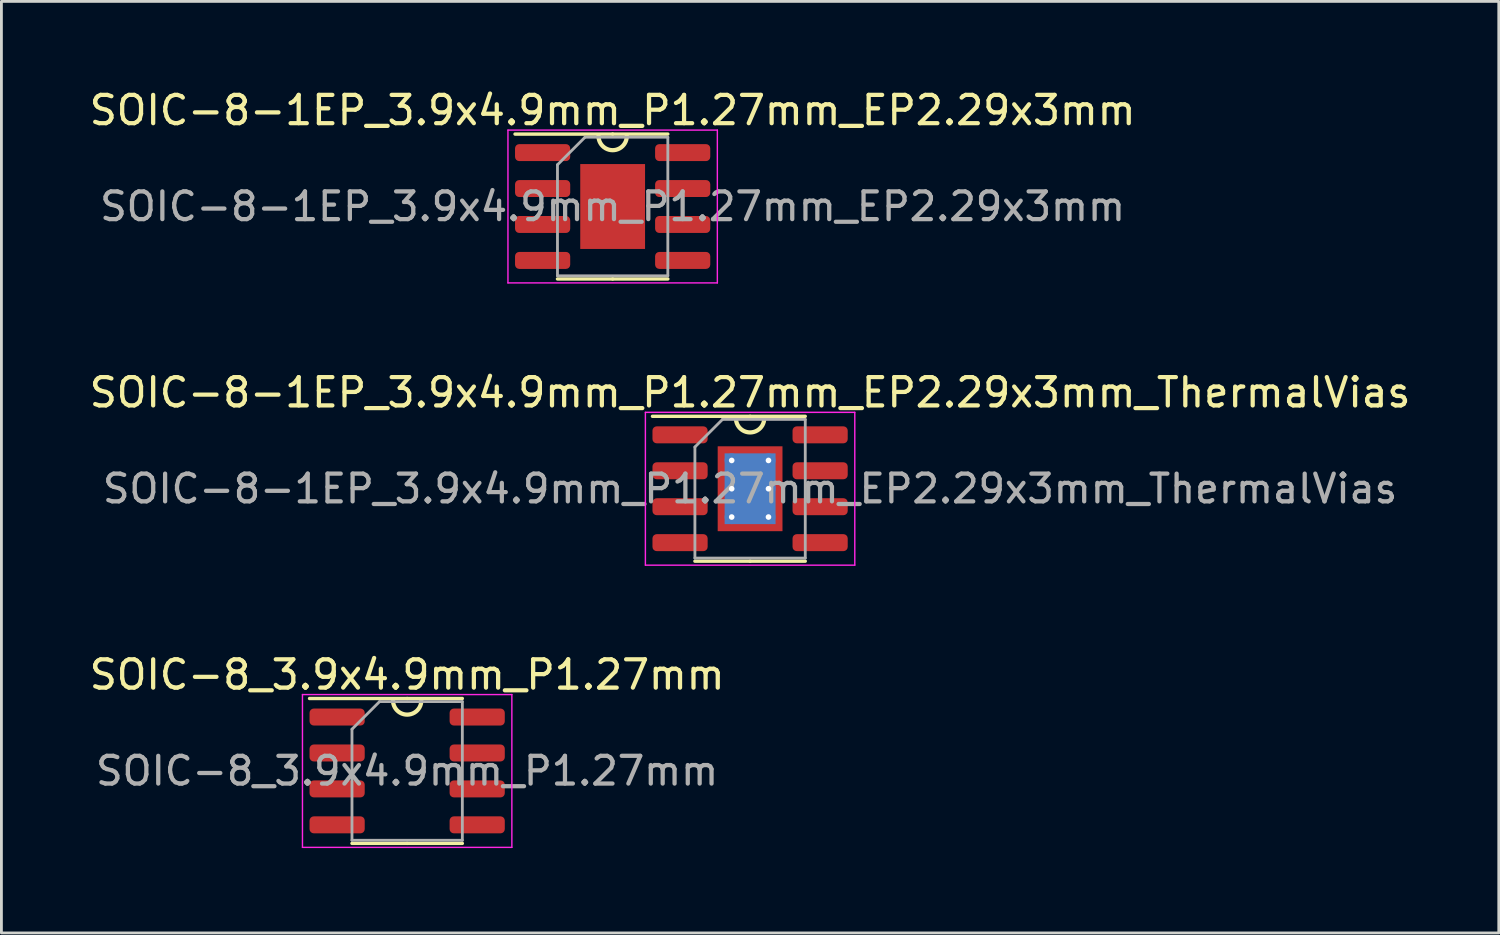
<source format=kicad_pcb>
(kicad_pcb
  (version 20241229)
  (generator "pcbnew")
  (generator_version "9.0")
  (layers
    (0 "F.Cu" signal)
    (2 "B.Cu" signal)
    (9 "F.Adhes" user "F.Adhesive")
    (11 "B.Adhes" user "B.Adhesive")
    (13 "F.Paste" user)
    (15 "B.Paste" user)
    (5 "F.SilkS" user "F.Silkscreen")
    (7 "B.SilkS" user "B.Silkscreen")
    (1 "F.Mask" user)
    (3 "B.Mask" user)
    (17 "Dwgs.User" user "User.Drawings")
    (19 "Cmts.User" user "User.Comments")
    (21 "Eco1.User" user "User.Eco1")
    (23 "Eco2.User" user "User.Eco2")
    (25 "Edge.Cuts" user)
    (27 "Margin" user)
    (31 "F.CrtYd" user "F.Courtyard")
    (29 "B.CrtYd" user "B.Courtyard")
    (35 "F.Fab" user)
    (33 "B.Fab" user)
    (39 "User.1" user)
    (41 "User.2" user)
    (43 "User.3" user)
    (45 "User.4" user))
  (footprint "SOIC-8-1EP_3.9x4.9mm_P1.27mm_EP2.29x3mm_ThermalVias"
    (layer "F.Cu")
    (at 23.458 14.222)
    (property "Reference" "SOIC-8-1EP_3.9x4.9mm_P1.27mm_EP2.29x3mm_ThermalVias" (at 0 -3.4 0) (layer "F.SilkS") (effects (font (size 1 1) (thickness 0.15))))
    (attr smd)
    (fp_line (start 0 -2.56) (end -3.45 -2.56) (stroke (width 0.12) (type solid)) (layer "F.SilkS"))
    (fp_line (start 0 -2.56) (end 1.95 -2.56) (stroke (width 0.12) (type solid)) (layer "F.SilkS"))
    (fp_line (start 0 2.56) (end -1.95 2.56) (stroke (width 0.12) (type solid)) (layer "F.SilkS"))
    (fp_line (start 0 2.56) (end 1.95 2.56) (stroke (width 0.12) (type solid)) (layer "F.SilkS"))
    (fp_arc (start 0.5 -2.5) (mid 0 -1.992253) (end -0.5 -2.5) (stroke (width 0.15) (type default)) (layer "F.SilkS"))
    (fp_line (start -3.7 -2.7) (end -3.7 2.7) (stroke (width 0.05) (type solid)) (layer "F.CrtYd"))
    (fp_line (start -3.7 2.7) (end 3.7 2.7) (stroke (width 0.05) (type solid)) (layer "F.CrtYd"))
    (fp_line (start 3.7 -2.7) (end -3.7 -2.7) (stroke (width 0.05) (type solid)) (layer "F.CrtYd"))
    (fp_line (start 3.7 2.7) (end 3.7 -2.7) (stroke (width 0.05) (type solid)) (layer "F.CrtYd"))
    (fp_line (start -1.95 -1.475) (end -0.975 -2.45) (stroke (width 0.1) (type solid)) (layer "F.Fab"))
    (fp_line (start -1.95 2.45) (end -1.95 -1.475) (stroke (width 0.1) (type solid)) (layer "F.Fab"))
    (fp_line (start -0.975 -2.45) (end 1.95 -2.45) (stroke (width 0.1) (type solid)) (layer "F.Fab"))
    (fp_line (start 1.95 -2.45) (end 1.95 2.45) (stroke (width 0.1) (type solid)) (layer "F.Fab"))
    (fp_line (start 1.95 2.45) (end -1.95 2.45) (stroke (width 0.1) (type solid)) (layer "F.Fab"))
    (fp_text user "${REFERENCE}" (at 0 0 0) (layer "F.Fab") (effects (font (size 0.98 0.98) (thickness 0.15))))
    (pad "" smd roundrect (at -0.57 -0.75) (size 0.96 1.25) (layers "F.Paste") (roundrect_rratio 0.25))
    (pad "" smd roundrect (at -0.57 0.75) (size 0.96 1.25) (layers "F.Paste") (roundrect_rratio 0.25))
    (pad "" smd roundrect (at 0.57 -0.75) (size 0.96 1.25) (layers "F.Paste") (roundrect_rratio 0.25))
    (pad "" smd roundrect (at 0.57 0.75) (size 0.96 1.25) (layers "F.Paste") (roundrect_rratio 0.25))
    (pad "1" smd roundrect (at -2.475 -1.905) (size 1.95 0.6) (layers "F.Cu" "F.Mask" "F.Paste") (roundrect_rratio 0.25))
    (pad "2" smd roundrect (at -2.475 -0.635) (size 1.95 0.6) (layers "F.Cu" "F.Mask" "F.Paste") (roundrect_rratio 0.25))
    (pad "3" smd roundrect (at -2.475 0.635) (size 1.95 0.6) (layers "F.Cu" "F.Mask" "F.Paste") (roundrect_rratio 0.25))
    (pad "4" smd roundrect (at -2.475 1.905) (size 1.95 0.6) (layers "F.Cu" "F.Mask" "F.Paste") (roundrect_rratio 0.25))
    (pad "5" smd roundrect (at 2.475 1.905) (size 1.95 0.6) (layers "F.Cu" "F.Mask" "F.Paste") (roundrect_rratio 0.25))
    (pad "6" smd roundrect (at 2.475 0.635) (size 1.95 0.6) (layers "F.Cu" "F.Mask" "F.Paste") (roundrect_rratio 0.25))
    (pad "7" smd roundrect (at 2.475 -0.635) (size 1.95 0.6) (layers "F.Cu" "F.Mask" "F.Paste") (roundrect_rratio 0.25))
    (pad "8" smd roundrect (at 2.475 -1.905) (size 1.95 0.6) (layers "F.Cu" "F.Mask" "F.Paste") (roundrect_rratio 0.25))
    (pad "9" thru_hole circle (at -0.65 -1) (size 0.5 0.5) (drill 0.2) (layers "*.Cu"))
    (pad "9" thru_hole circle (at -0.65 0) (size 0.5 0.5) (drill 0.2) (layers "*.Cu"))
    (pad "9" thru_hole circle (at -0.65 1) (size 0.5 0.5) (drill 0.2) (layers "*.Cu"))
    (pad "9" smd rect (at 0 0) (size 1.8 2.5) (layers "B.Cu"))
    (pad "9" smd rect (at 0 0) (size 2.29 3) (layers "F.Cu" "F.Mask"))
    (pad "9" thru_hole circle (at 0.65 -1) (size 0.5 0.5) (drill 0.2) (layers "*.Cu"))
    (pad "9" thru_hole circle (at 0.65 0) (size 0.5 0.5) (drill 0.2) (layers "*.Cu"))
    (pad "9" thru_hole circle (at 0.65 1) (size 0.5 0.5) (drill 0.2) (layers "*.Cu")))
  (footprint "SOIC-8-1EP_3.9x4.9mm_P1.27mm_EP2.29x3mm"
    (layer "F.Cu")
    (at 18.601 4.248)
    (property "Reference" "SOIC-8-1EP_3.9x4.9mm_P1.27mm_EP2.29x3mm" (at 0 -3.4 0) (layer "F.SilkS") (effects (font (size 1 1) (thickness 0.15))))
    (attr smd)
    (fp_line (start 0 -2.56) (end -3.45 -2.56) (stroke (width 0.12) (type solid)) (layer "F.SilkS"))
    (fp_line (start 0 -2.56) (end 1.95 -2.56) (stroke (width 0.12) (type solid)) (layer "F.SilkS"))
    (fp_line (start 0 2.56) (end -1.95 2.56) (stroke (width 0.12) (type solid)) (layer "F.SilkS"))
    (fp_line (start 0 2.56) (end 1.95 2.56) (stroke (width 0.12) (type solid)) (layer "F.SilkS"))
    (fp_arc (start 0.5 -2.5) (mid 0 -1.992253) (end -0.5 -2.5) (stroke (width 0.15) (type default)) (layer "F.SilkS"))
    (fp_line (start -3.7 -2.7) (end -3.7 2.7) (stroke (width 0.05) (type solid)) (layer "F.CrtYd"))
    (fp_line (start -3.7 2.7) (end 3.7 2.7) (stroke (width 0.05) (type solid)) (layer "F.CrtYd"))
    (fp_line (start 3.7 -2.7) (end -3.7 -2.7) (stroke (width 0.05) (type solid)) (layer "F.CrtYd"))
    (fp_line (start 3.7 2.7) (end 3.7 -2.7) (stroke (width 0.05) (type solid)) (layer "F.CrtYd"))
    (fp_line (start -1.95 -1.475) (end -0.975 -2.45) (stroke (width 0.1) (type solid)) (layer "F.Fab"))
    (fp_line (start -1.95 2.45) (end -1.95 -1.475) (stroke (width 0.1) (type solid)) (layer "F.Fab"))
    (fp_line (start -0.975 -2.45) (end 1.95 -2.45) (stroke (width 0.1) (type solid)) (layer "F.Fab"))
    (fp_line (start 1.95 -2.45) (end 1.95 2.45) (stroke (width 0.1) (type solid)) (layer "F.Fab"))
    (fp_line (start 1.95 2.45) (end -1.95 2.45) (stroke (width 0.1) (type solid)) (layer "F.Fab"))
    (fp_text user "${REFERENCE}" (at 0 0 0) (layer "F.Fab") (effects (font (size 0.98 0.98) (thickness 0.15))))
    (pad "" smd roundrect (at -0.57 -0.75) (size 0.92 1.21) (layers "F.Paste") (roundrect_rratio 0.25))
    (pad "" smd roundrect (at -0.57 0.75) (size 0.92 1.21) (layers "F.Paste") (roundrect_rratio 0.25))
    (pad "" smd roundrect (at 0.57 -0.75) (size 0.92 1.21) (layers "F.Paste") (roundrect_rratio 0.25))
    (pad "" smd roundrect (at 0.57 0.75) (size 0.92 1.21) (layers "F.Paste") (roundrect_rratio 0.25))
    (pad "1" smd roundrect (at -2.475 -1.905) (size 1.95 0.6) (layers "F.Cu" "F.Mask" "F.Paste") (roundrect_rratio 0.25))
    (pad "2" smd roundrect (at -2.475 -0.635) (size 1.95 0.6) (layers "F.Cu" "F.Mask" "F.Paste") (roundrect_rratio 0.25))
    (pad "3" smd roundrect (at -2.475 0.635) (size 1.95 0.6) (layers "F.Cu" "F.Mask" "F.Paste") (roundrect_rratio 0.25))
    (pad "4" smd roundrect (at -2.475 1.905) (size 1.95 0.6) (layers "F.Cu" "F.Mask" "F.Paste") (roundrect_rratio 0.25))
    (pad "5" smd roundrect (at 2.475 1.905) (size 1.95 0.6) (layers "F.Cu" "F.Mask" "F.Paste") (roundrect_rratio 0.25))
    (pad "6" smd roundrect (at 2.475 0.635) (size 1.95 0.6) (layers "F.Cu" "F.Mask" "F.Paste") (roundrect_rratio 0.25))
    (pad "7" smd roundrect (at 2.475 -0.635) (size 1.95 0.6) (layers "F.Cu" "F.Mask" "F.Paste") (roundrect_rratio 0.25))
    (pad "8" smd roundrect (at 2.475 -1.905) (size 1.95 0.6) (layers "F.Cu" "F.Mask" "F.Paste") (roundrect_rratio 0.25))
    (pad "9" smd rect (at 0 0) (size 2.29 3) (layers "F.Cu" "F.Mask")))
  (footprint "SOIC-8_3.9x4.9mm_P1.27mm"
    (layer "F.Cu")
    (at 11.339 24.195)
    (property "Reference" "SOIC-8_3.9x4.9mm_P1.27mm" (at 0 -3.4 0) (layer "F.SilkS") (effects (font (size 1 1) (thickness 0.15))))
    (attr smd)
    (fp_line (start 0 -2.56) (end -3.45 -2.56) (stroke (width 0.12) (type solid)) (layer "F.SilkS"))
    (fp_line (start 0 -2.56) (end 1.95 -2.56) (stroke (width 0.12) (type solid)) (layer "F.SilkS"))
    (fp_line (start 0 2.56) (end -1.95 2.56) (stroke (width 0.12) (type solid)) (layer "F.SilkS"))
    (fp_line (start 0 2.56) (end 1.95 2.56) (stroke (width 0.12) (type solid)) (layer "F.SilkS"))
    (fp_arc (start 0.5 -2.5) (mid 0 -1.992253) (end -0.5 -2.5) (stroke (width 0.15) (type default)) (layer "F.SilkS"))
    (fp_line (start -3.7 -2.7) (end -3.7 2.7) (stroke (width 0.05) (type solid)) (layer "F.CrtYd"))
    (fp_line (start -3.7 2.7) (end 3.7 2.7) (stroke (width 0.05) (type solid)) (layer "F.CrtYd"))
    (fp_line (start 3.7 -2.7) (end -3.7 -2.7) (stroke (width 0.05) (type solid)) (layer "F.CrtYd"))
    (fp_line (start 3.7 2.7) (end 3.7 -2.7) (stroke (width 0.05) (type solid)) (layer "F.CrtYd"))
    (fp_line (start -1.95 -1.475) (end -0.975 -2.45) (stroke (width 0.1) (type solid)) (layer "F.Fab"))
    (fp_line (start -1.95 2.45) (end -1.95 -1.475) (stroke (width 0.1) (type solid)) (layer "F.Fab"))
    (fp_line (start -0.975 -2.45) (end 1.95 -2.45) (stroke (width 0.1) (type solid)) (layer "F.Fab"))
    (fp_line (start 1.95 -2.45) (end 1.95 2.45) (stroke (width 0.1) (type solid)) (layer "F.Fab"))
    (fp_line (start 1.95 2.45) (end -1.95 2.45) (stroke (width 0.1) (type solid)) (layer "F.Fab"))
    (fp_text user "${REFERENCE}" (at 0 0 0) (layer "F.Fab") (effects (font (size 0.98 0.98) (thickness 0.15))))
    (pad "1" smd roundrect (at -2.475 -1.905) (size 1.95 0.6) (layers "F.Cu" "F.Mask" "F.Paste") (roundrect_rratio 0.25))
    (pad "2" smd roundrect (at -2.475 -0.635) (size 1.95 0.6) (layers "F.Cu" "F.Mask" "F.Paste") (roundrect_rratio 0.25))
    (pad "3" smd roundrect (at -2.475 0.635) (size 1.95 0.6) (layers "F.Cu" "F.Mask" "F.Paste") (roundrect_rratio 0.25))
    (pad "4" smd roundrect (at -2.475 1.905) (size 1.95 0.6) (layers "F.Cu" "F.Mask" "F.Paste") (roundrect_rratio 0.25))
    (pad "5" smd roundrect (at 2.475 1.905) (size 1.95 0.6) (layers "F.Cu" "F.Mask" "F.Paste") (roundrect_rratio 0.25))
    (pad "6" smd roundrect (at 2.475 0.635) (size 1.95 0.6) (layers "F.Cu" "F.Mask" "F.Paste") (roundrect_rratio 0.25))
    (pad "7" smd roundrect (at 2.475 -0.635) (size 1.95 0.6) (layers "F.Cu" "F.Mask" "F.Paste") (roundrect_rratio 0.25))
    (pad "8" smd roundrect (at 2.475 -1.905) (size 1.95 0.6) (layers "F.Cu" "F.Mask" "F.Paste") (roundrect_rratio 0.25)))
  (gr_rect
    (start -3 -3)
    (end 49.917 29.92)
    (stroke (width 0.1) (type default))
    (fill no)
    (layer "Edge.Cuts")))
</source>
